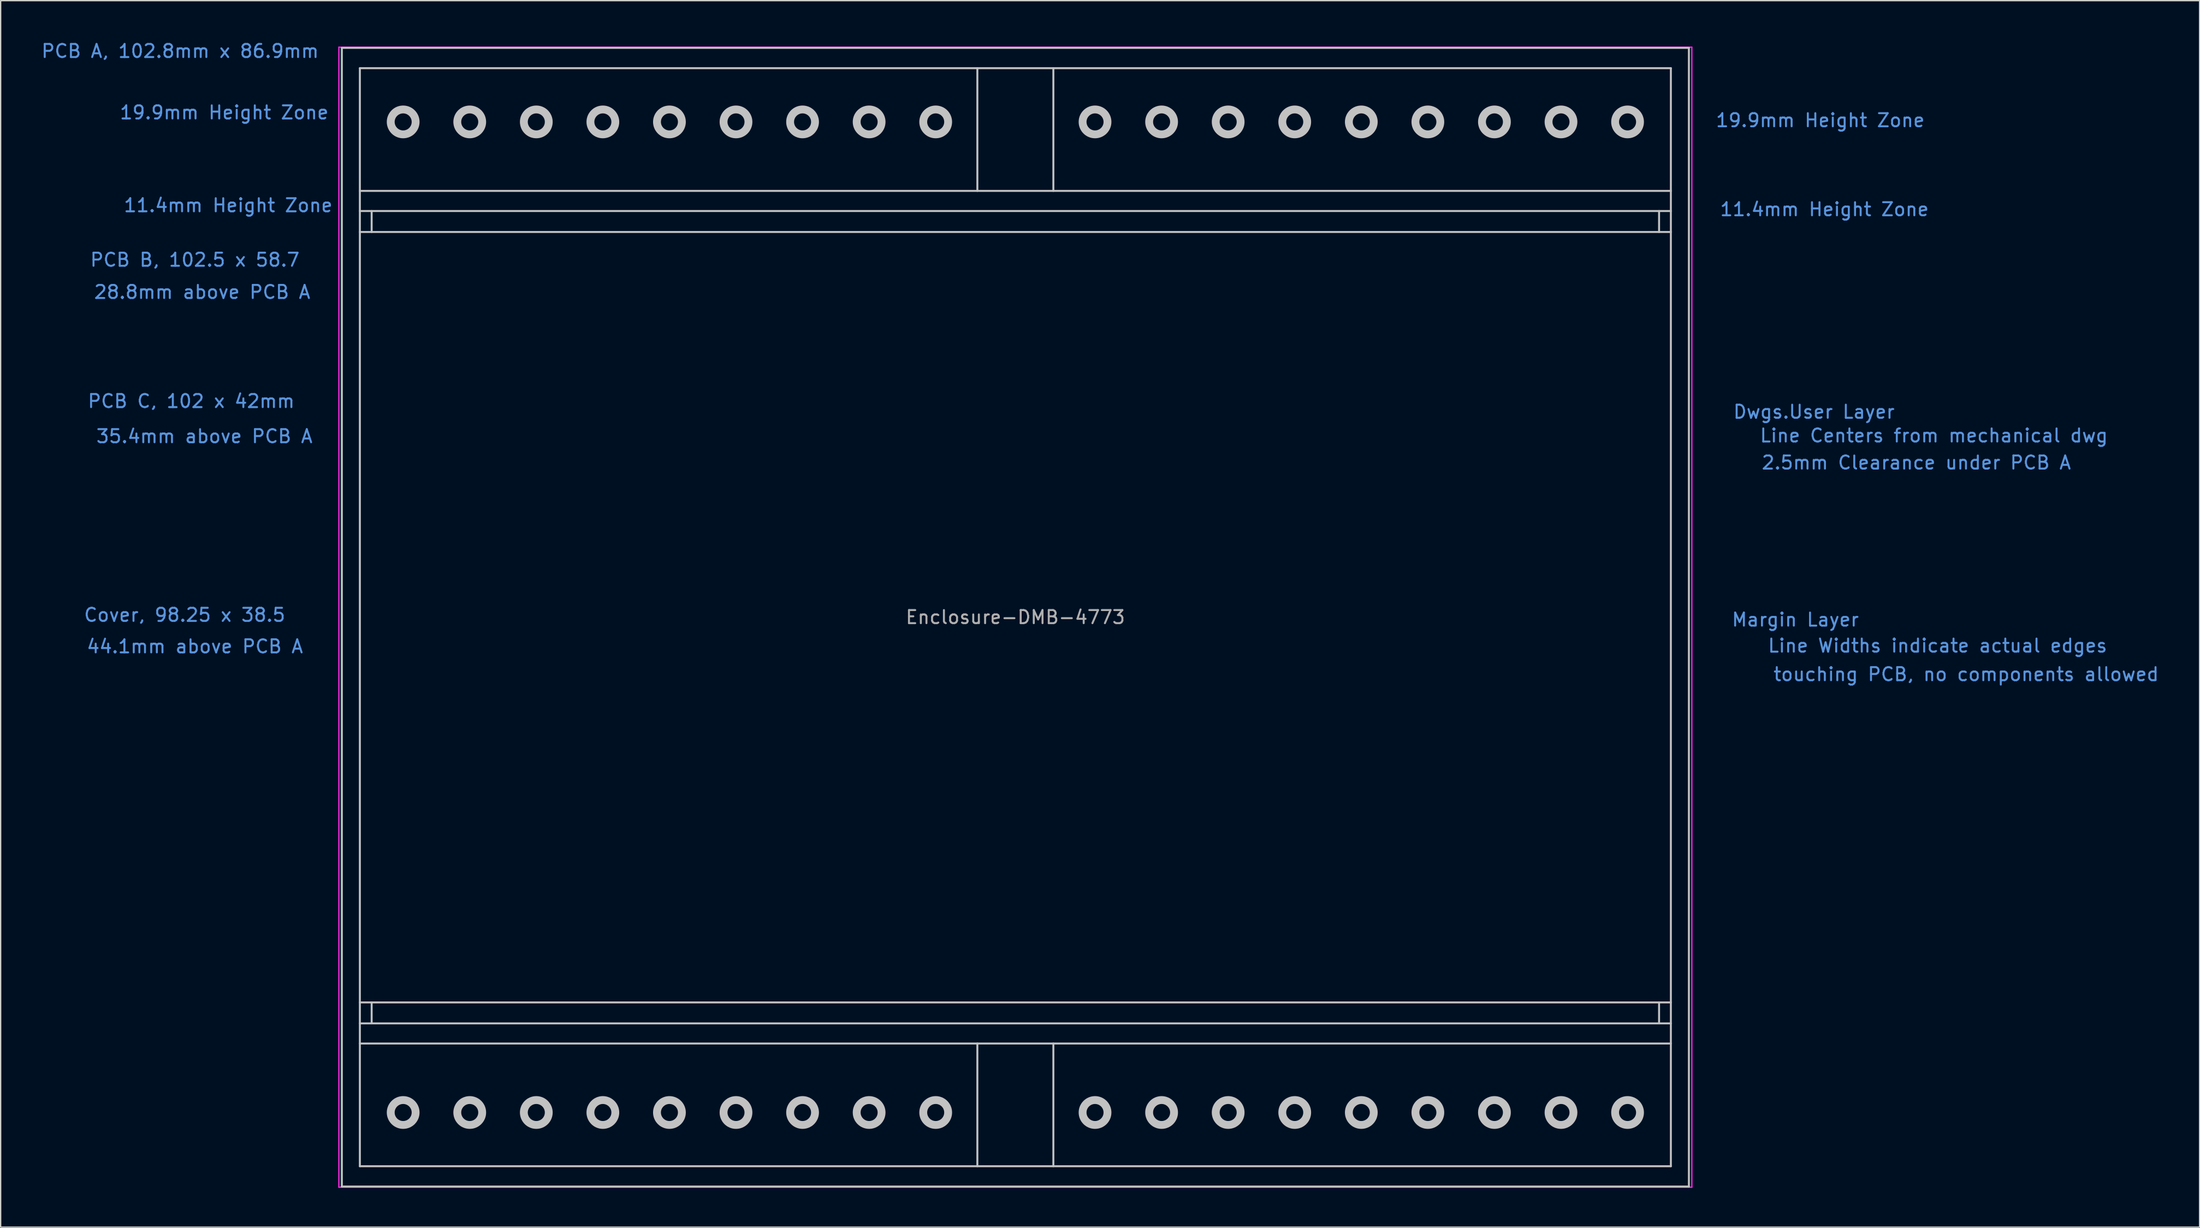
<source format=kicad_pcb>
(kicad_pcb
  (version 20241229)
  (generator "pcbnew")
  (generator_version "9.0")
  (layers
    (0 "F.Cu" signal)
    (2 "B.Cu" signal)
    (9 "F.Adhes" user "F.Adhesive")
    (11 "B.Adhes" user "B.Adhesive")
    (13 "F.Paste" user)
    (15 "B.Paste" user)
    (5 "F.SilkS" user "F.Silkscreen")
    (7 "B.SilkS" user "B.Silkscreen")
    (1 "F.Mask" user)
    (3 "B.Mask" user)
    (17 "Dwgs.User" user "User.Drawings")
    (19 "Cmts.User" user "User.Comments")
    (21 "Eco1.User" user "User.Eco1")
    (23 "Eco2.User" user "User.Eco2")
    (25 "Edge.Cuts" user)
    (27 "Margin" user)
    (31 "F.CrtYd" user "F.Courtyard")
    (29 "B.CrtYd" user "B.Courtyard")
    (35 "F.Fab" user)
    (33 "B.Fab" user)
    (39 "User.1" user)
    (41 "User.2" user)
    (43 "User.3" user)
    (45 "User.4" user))
  (footprint "Enclosure-DMB-4773"
    (layer "F.Cu")
    (at 74.438 44.054)
    (property "Reference" "Enclosure-DMB-4773" (at 0 0 0) (layer "F.Fab") (effects (font (size 1 1) (thickness 0.15))))
    (attr through_hole)
    (fp_line (start -51.4 -43.45) (end 51.4 -43.45) (stroke (width 0.15) (type solid)) (layer "Dwgs.User"))
    (fp_line (start -51.4 43.45) (end -51.4 -43.45) (stroke (width 0.15) (type solid)) (layer "Dwgs.User"))
    (fp_line (start -51.4 43.45) (end 51.4 43.45) (stroke (width 0.15) (type solid)) (layer "Dwgs.User"))
    (fp_line (start -50.025 -41.9) (end -50.025 41.9) (stroke (width 0.15) (type solid)) (layer "Dwgs.User"))
    (fp_line (start -50.025 -41.9) (end 50.025 -41.9) (stroke (width 0.15) (type solid)) (layer "Dwgs.User"))
    (fp_line (start -50.025 -32.535) (end 50.025 -32.535) (stroke (width 0.15) (type solid)) (layer "Dwgs.User"))
    (fp_line (start -50.025 -31) (end 50.025 -31) (stroke (width 0.15) (type solid)) (layer "Dwgs.User"))
    (fp_line (start -50.025 -29.4) (end 50.025 -29.4) (stroke (width 0.15) (type solid)) (layer "Dwgs.User"))
    (fp_line (start -50.025 29.4) (end 50.025 29.4) (stroke (width 0.15) (type solid)) (layer "Dwgs.User"))
    (fp_line (start -50.025 31) (end 50.025 31) (stroke (width 0.15) (type solid)) (layer "Dwgs.User"))
    (fp_line (start -50.025 32.535) (end 50.025 32.535) (stroke (width 0.15) (type solid)) (layer "Dwgs.User"))
    (fp_line (start -50.025 41.9) (end 50.025 41.9) (stroke (width 0.15) (type solid)) (layer "Dwgs.User"))
    (fp_line (start -49.125 -31) (end -49.125 -29.4) (stroke (width 0.15) (type solid)) (layer "Dwgs.User"))
    (fp_line (start -49.125 29.4) (end -49.125 31) (stroke (width 0.15) (type solid)) (layer "Dwgs.User"))
    (fp_line (start -2.9 -41.9) (end -2.9 -32.535) (stroke (width 0.15) (type solid)) (layer "Dwgs.User"))
    (fp_line (start -2.9 32.535) (end -2.9 41.9) (stroke (width 0.15) (type solid)) (layer "Dwgs.User"))
    (fp_line (start 2.9 -41.9) (end 2.9 -32.535) (stroke (width 0.15) (type solid)) (layer "Dwgs.User"))
    (fp_line (start 2.9 32.535) (end 2.9 41.9) (stroke (width 0.15) (type solid)) (layer "Dwgs.User"))
    (fp_line (start 49.125 -31) (end 49.125 -29.4) (stroke (width 0.15) (type solid)) (layer "Dwgs.User"))
    (fp_line (start 49.125 29.4) (end 49.125 31) (stroke (width 0.15) (type solid)) (layer "Dwgs.User"))
    (fp_line (start 50.025 -41.9) (end 50.025 41.9) (stroke (width 0.15) (type solid)) (layer "Dwgs.User"))
    (fp_line (start 51.4 -43.45) (end 51.4 43.45) (stroke (width 0.15) (type solid)) (layer "Dwgs.User"))
    (fp_circle (center -46.72 -37.8) (end -46.72 -36.85) (stroke (width 0.6) (type solid)) (fill no) (layer "Dwgs.User"))
    (fp_circle (center -46.72 37.8) (end -46.72 38.75) (stroke (width 0.6) (type solid)) (fill no) (layer "Dwgs.User"))
    (fp_circle (center -41.64 -37.8) (end -41.64 -36.85) (stroke (width 0.6) (type solid)) (fill no) (layer "Dwgs.User"))
    (fp_circle (center -41.64 37.8) (end -41.64 38.75) (stroke (width 0.6) (type solid)) (fill no) (layer "Dwgs.User"))
    (fp_circle (center -36.56 -37.8) (end -36.56 -36.85) (stroke (width 0.6) (type solid)) (fill no) (layer "Dwgs.User"))
    (fp_circle (center -36.56 37.8) (end -36.56 38.75) (stroke (width 0.6) (type solid)) (fill no) (layer "Dwgs.User"))
    (fp_circle (center -31.48 -37.8) (end -31.48 -36.85) (stroke (width 0.6) (type solid)) (fill no) (layer "Dwgs.User"))
    (fp_circle (center -31.48 37.8) (end -31.48 38.75) (stroke (width 0.6) (type solid)) (fill no) (layer "Dwgs.User"))
    (fp_circle (center -26.4 -37.8) (end -26.4 -36.85) (stroke (width 0.6) (type solid)) (fill no) (layer "Dwgs.User"))
    (fp_circle (center -26.4 37.8) (end -26.4 38.75) (stroke (width 0.6) (type solid)) (fill no) (layer "Dwgs.User"))
    (fp_circle (center -21.32 -37.8) (end -21.32 -36.85) (stroke (width 0.6) (type solid)) (fill no) (layer "Dwgs.User"))
    (fp_circle (center -21.32 37.8) (end -21.32 38.75) (stroke (width 0.6) (type solid)) (fill no) (layer "Dwgs.User"))
    (fp_circle (center -16.24 -37.8) (end -16.24 -36.85) (stroke (width 0.6) (type solid)) (fill no) (layer "Dwgs.User"))
    (fp_circle (center -16.24 37.8) (end -16.24 38.75) (stroke (width 0.6) (type solid)) (fill no) (layer "Dwgs.User"))
    (fp_circle (center -11.16 -37.8) (end -11.16 -36.85) (stroke (width 0.6) (type solid)) (fill no) (layer "Dwgs.User"))
    (fp_circle (center -11.16 37.8) (end -11.16 38.75) (stroke (width 0.6) (type solid)) (fill no) (layer "Dwgs.User"))
    (fp_circle (center -6.08 -37.8) (end -6.08 -36.85) (stroke (width 0.6) (type solid)) (fill no) (layer "Dwgs.User"))
    (fp_circle (center -6.08 37.8) (end -6.08 38.75) (stroke (width 0.6) (type solid)) (fill no) (layer "Dwgs.User"))
    (fp_circle (center 6.08 -37.8) (end 6.08 -36.85) (stroke (width 0.6) (type solid)) (fill no) (layer "Dwgs.User"))
    (fp_circle (center 6.08 37.8) (end 6.08 38.75) (stroke (width 0.6) (type solid)) (fill no) (layer "Dwgs.User"))
    (fp_circle (center 11.16 -37.8) (end 11.16 -36.85) (stroke (width 0.6) (type solid)) (fill no) (layer "Dwgs.User"))
    (fp_circle (center 11.16 37.8) (end 11.16 38.75) (stroke (width 0.6) (type solid)) (fill no) (layer "Dwgs.User"))
    (fp_circle (center 16.24 -37.8) (end 16.24 -36.85) (stroke (width 0.6) (type solid)) (fill no) (layer "Dwgs.User"))
    (fp_circle (center 16.24 37.8) (end 16.24 38.75) (stroke (width 0.6) (type solid)) (fill no) (layer "Dwgs.User"))
    (fp_circle (center 21.32 -37.8) (end 21.32 -36.85) (stroke (width 0.6) (type solid)) (fill no) (layer "Dwgs.User"))
    (fp_circle (center 21.32 37.8) (end 21.32 38.75) (stroke (width 0.6) (type solid)) (fill no) (layer "Dwgs.User"))
    (fp_circle (center 26.4 -37.8) (end 26.4 -36.85) (stroke (width 0.6) (type solid)) (fill no) (layer "Dwgs.User"))
    (fp_circle (center 26.4 37.8) (end 26.4 38.75) (stroke (width 0.6) (type solid)) (fill no) (layer "Dwgs.User"))
    (fp_circle (center 31.48 -37.8) (end 31.48 -36.85) (stroke (width 0.6) (type solid)) (fill no) (layer "Dwgs.User"))
    (fp_circle (center 31.48 37.8) (end 31.48 38.75) (stroke (width 0.6) (type solid)) (fill no) (layer "Dwgs.User"))
    (fp_circle (center 36.56 -37.8) (end 36.56 -36.85) (stroke (width 0.6) (type solid)) (fill no) (layer "Dwgs.User"))
    (fp_circle (center 36.56 37.8) (end 36.56 38.75) (stroke (width 0.6) (type solid)) (fill no) (layer "Dwgs.User"))
    (fp_circle (center 41.64 -37.8) (end 41.64 -36.85) (stroke (width 0.6) (type solid)) (fill no) (layer "Dwgs.User"))
    (fp_circle (center 41.64 37.8) (end 41.64 38.75) (stroke (width 0.6) (type solid)) (fill no) (layer "Dwgs.User"))
    (fp_circle (center 46.72 -37.8) (end 46.72 -36.85) (stroke (width 0.6) (type solid)) (fill no) (layer "Dwgs.User"))
    (fp_circle (center 46.72 37.8) (end 46.72 38.75) (stroke (width 0.6) (type solid)) (fill no) (layer "Dwgs.User"))
    (fp_line (start -51.25 -29.35) (end -51.25 29.35) (stroke (width 0.15) (type solid)) (layer "Eco2.User"))
    (fp_line (start -51.25 -29.35) (end 51.25 -29.35) (stroke (width 0.15) (type solid)) (layer "Eco2.User"))
    (fp_line (start -51.25 29.35) (end 51.25 29.35) (stroke (width 0.15) (type solid)) (layer "Eco2.User"))
    (fp_line (start -51 -21) (end -51 21) (stroke (width 0.15) (type solid)) (layer "Eco2.User"))
    (fp_line (start -51 -21) (end 51 -21) (stroke (width 0.15) (type solid)) (layer "Eco2.User"))
    (fp_line (start -51 21) (end 51 21) (stroke (width 0.15) (type solid)) (layer "Eco2.User"))
    (fp_line (start -49.125 -19.25) (end -49.125 19.25) (stroke (width 0.15) (type solid)) (layer "Eco2.User"))
    (fp_line (start -49.125 -19.25) (end 49.125 -19.25) (stroke (width 0.15) (type solid)) (layer "Eco2.User"))
    (fp_line (start -49.125 19.25) (end 49.125 19.25) (stroke (width 0.15) (type solid)) (layer "Eco2.User"))
    (fp_line (start 49.125 -19.25) (end 49.125 19.25) (stroke (width 0.15) (type solid)) (layer "Eco2.User"))
    (fp_line (start 51 -21) (end 51 21) (stroke (width 0.15) (type solid)) (layer "Eco2.User"))
    (fp_line (start 51.25 -29.35) (end 51.25 29.35) (stroke (width 0.15) (type solid)) (layer "Eco2.User"))
    (fp_arc (start -49.125 17.65) (mid -47.993629 18.118629) (end -47.525 19.25) (stroke (width 0.15) (type solid)) (layer "Eco2.User"))
    (fp_arc (start -47.525 -19.25) (mid -47.993629 -18.118629) (end -49.125 -17.65) (stroke (width 0.15) (type solid)) (layer "Eco2.User"))
    (fp_arc (start 47.525 19.25) (mid 47.993629 18.118629) (end 49.125 17.65) (stroke (width 0.15) (type solid)) (layer "Eco2.User"))
    (fp_arc (start 49.125 -17.65) (mid 47.993629 -18.118629) (end 47.525 -19.25) (stroke (width 0.15) (type solid)) (layer "Eco2.User"))
    (fp_line (start -50.775 -42.65) (end -50.775 42.65) (stroke (width 1.5) (type solid)) (layer "Margin"))
    (fp_line (start -50.775 -42.65) (end 50.775 -42.65) (stroke (width 1.5) (type solid)) (layer "Margin"))
    (fp_line (start -50.775 42.65) (end 50.775 42.65) (stroke (width 1.5) (type solid)) (layer "Margin"))
    (fp_line (start -49.575 -30.55) (end -49.575 -29.85) (stroke (width 0.9) (type solid)) (layer "Margin"))
    (fp_line (start -49.575 29.85) (end -49.575 30.55) (stroke (width 0.9) (type solid)) (layer "Margin"))
    (fp_line (start -3 -30.2) (end 3 -30.2) (stroke (width 1.5) (type solid)) (layer "Margin"))
    (fp_line (start -3 30.2) (end 3 30.2) (stroke (width 1.5) (type solid)) (layer "Margin"))
    (fp_line (start 0 -42.2) (end 0 -30.6) (stroke (width 2.5) (type solid)) (layer "Margin"))
    (fp_line (start 0 30.6) (end 0 42.2) (stroke (width 2.5) (type solid)) (layer "Margin"))
    (fp_line (start 49.575 -30.55) (end 49.575 -29.85) (stroke (width 0.9) (type solid)) (layer "Margin"))
    (fp_line (start 49.575 29.85) (end 49.575 30.55) (stroke (width 0.9) (type solid)) (layer "Margin"))
    (fp_line (start 50.775 -42.65) (end 50.775 42.65) (stroke (width 1.5) (type solid)) (layer "Margin"))
    (fp_line (start -51.625 -43.5) (end 51.625 -43.5) (stroke (width 0.1) (type solid)) (layer "F.CrtYd"))
    (fp_line (start -51.625 43.5) (end -51.625 -43.5) (stroke (width 0.1) (type solid)) (layer "F.CrtYd"))
    (fp_line (start 51.625 -43.5) (end 51.625 43.5) (stroke (width 0.1) (type solid)) (layer "F.CrtYd"))
    (fp_line (start 51.625 43.5) (end -51.625 43.5) (stroke (width 0.1) (type solid)) (layer "F.CrtYd"))
    (fp_text user "19.9mm Height Zone" (at 61.43 -37.922 0) (layer "Cmts.User") (effects (font (size 1 1) (thickness 0.15))))
    (fp_text user "Dwgs.User Layer" (at 60.949 -15.674 0) (layer "Cmts.User") (effects (font (size 1 1) (thickness 0.15))))
    (fp_text user "PCB B, 102.5 x 58.7" (at -62.614 -27.275 0) (layer "Cmts.User") (effects (font (size 1 1) (thickness 0.15))))
    (fp_text user "11.4mm Height Zone" (at -60.071 -31.433 0) (layer "Cmts.User") (effects (font (size 1 1) (thickness 0.15))))
    (fp_text user "Line Widths indicate actual edges" (at 70.381 2.174 0) (layer "Cmts.User") (effects (font (size 1 1) (thickness 0.15))))
    (fp_text user "Cover, 98.25 x 38.5" (at -63.396 -0.173 0) (layer "Cmts.User") (effects (font (size 1 1) (thickness 0.15))))
    (fp_text user "PCB C, 102 x 42mm" (at -62.893 -16.49 0) (layer "Cmts.User") (effects (font (size 1 1) (thickness 0.15))))
    (fp_text user "touching PCB, no components allowed" (at 72.56 4.354 0) (layer "Cmts.User") (effects (font (size 1 1) (thickness 0.15))))
    (fp_text user "2.5mm Clearance under PCB A" (at 68.76 -11.796 0) (layer "Cmts.User") (effects (font (size 1 1) (thickness 0.15))))
    (fp_text user "Margin Layer" (at 59.526 0.187 0) (layer "Cmts.User") (effects (font (size 1 1) (thickness 0.15))))
    (fp_text user "19.9mm Height Zone" (at -60.376 -38.519 0) (layer "Cmts.User") (effects (font (size 1 1) (thickness 0.15))))
    (fp_text user "PCB A, 102.8mm x 86.9mm" (at -63.741 -43.205 0) (layer "Cmts.User") (effects (font (size 1 1) (thickness 0.15))))
    (fp_text user "Line Centers from mechanical dwg" (at 70.101 -13.863 0) (layer "Cmts.User") (effects (font (size 1 1) (thickness 0.15))))
    (fp_text user "44.1mm above PCB A" (at -62.614 2.23 0) (layer "Cmts.User") (effects (font (size 1 1) (thickness 0.15))))
    (fp_text user "35.4mm above PCB A" (at -61.887 -13.807 0) (layer "Cmts.User") (effects (font (size 1 1) (thickness 0.15))))
    (fp_text user "28.8mm above PCB A" (at -62.055 -24.816 0) (layer "Cmts.User") (effects (font (size 1 1) (thickness 0.15))))
    (fp_text user "11.4mm Height Zone" (at 61.747 -31.128 0) (layer "Cmts.User") (effects (font (size 1 1) (thickness 0.15)))))
  (gr_rect
    (start -3 -3)
    (end 164.813 90.604)
    (stroke (width 0.1) (type default))
    (fill no)
    (layer "Edge.Cuts")))
</source>
